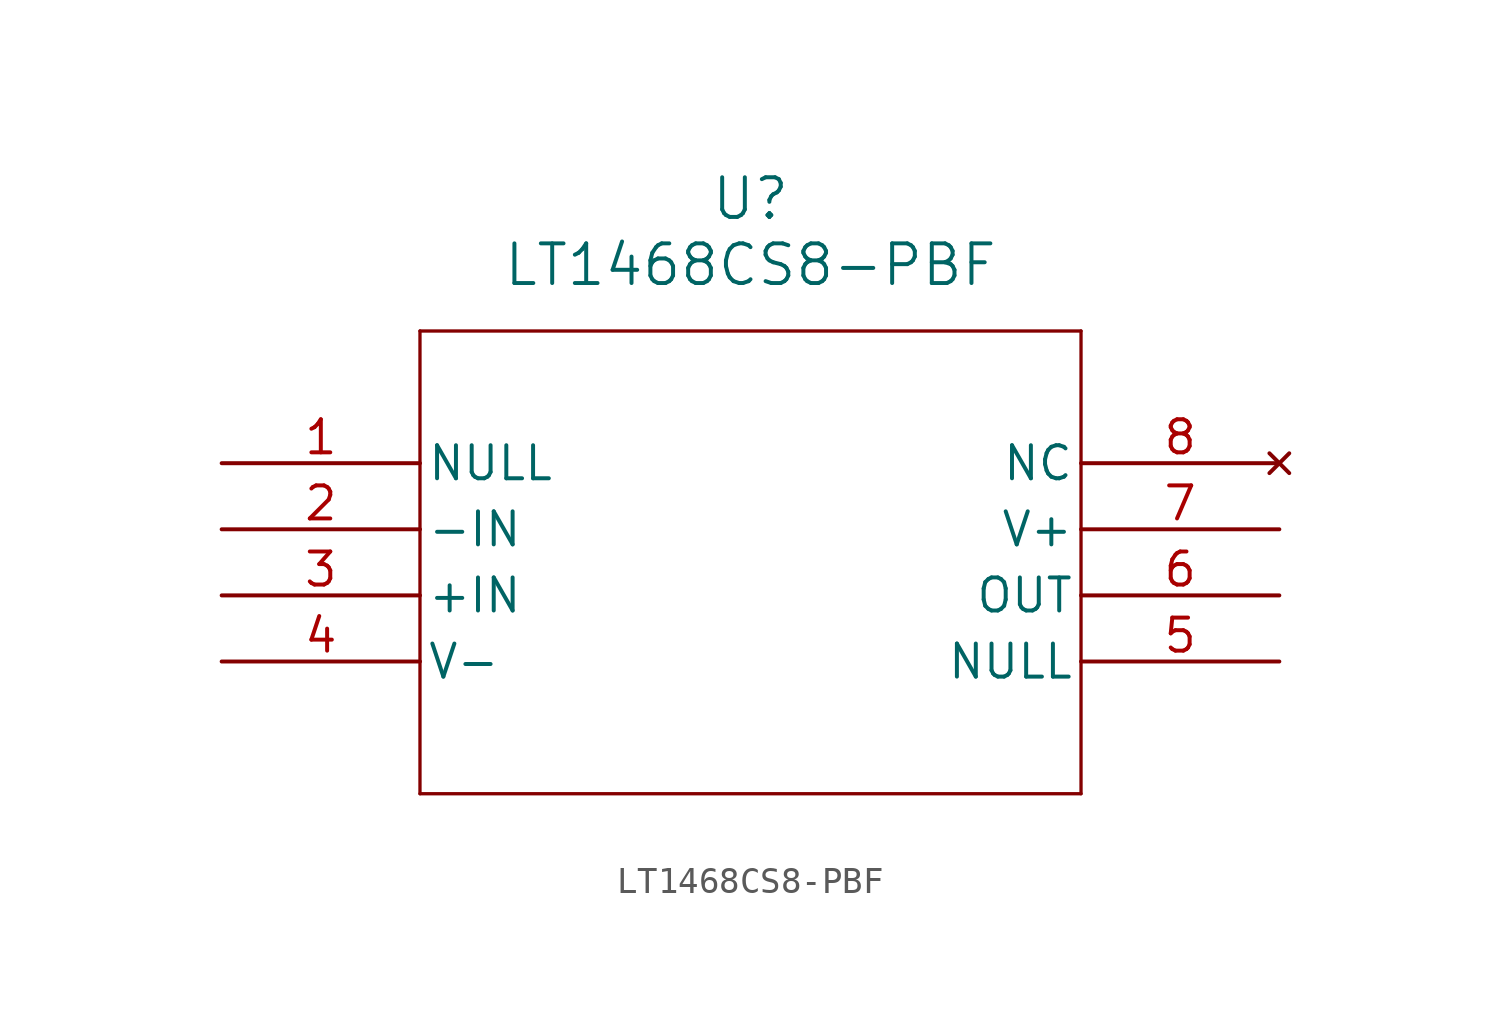
<source format=kicad_sym>
(kicad_symbol_lib
  (version 20211014)
  (generator kicad_symbol_editor)
  (symbol "LT1468CS8-PBF"
    (pin_names
      (offset 0.254))
    (property "Reference" "U"
      (at 20.32 10.16 0)
      (effects (font (size 1.524 1.524))))
    (property "Value" "LT1468CS8-PBF"
      (at 20.32 7.62 0)
      (effects (font (size 1.524 1.524))))
    (symbol "LT1468CS8-PBF_0_1"
      (polyline (pts (xy 7.62 5.08) (xy 7.62 -12.7)) (stroke (width .127) (type default) (color 0 0 0 0)) (fill (type none)))
      (polyline (pts (xy 7.62 -12.7) (xy 33.02 -12.7)) (stroke (width .127) (type default) (color 0 0 0 0)) (fill (type none)))
      (polyline (pts (xy 33.02 -12.7) (xy 33.02 5.08)) (stroke (width .127) (type default) (color 0 0 0 0)) (fill (type none)))
      (polyline (pts (xy 33.02 5.08) (xy 7.62 5.08)) (stroke (width .127) (type default) (color 0 0 0 0)) (fill (type none)))
      (pin unspecified line (at 0 0 0) (length 7.62) (name "NULL" (effects (font (size 1.27 1.27)))) (number "1" (effects (font (size 1.27 1.27)))))
      (pin input line (at 0 -2.54 0) (length 7.62) (name "-IN" (effects (font (size 1.27 1.27)))) (number "2" (effects (font (size 1.27 1.27)))))
      (pin input line (at 0 -5.08 0) (length 7.62) (name "+IN" (effects (font (size 1.27 1.27)))) (number "3" (effects (font (size 1.27 1.27)))))
      (pin power_in line (at 0 -7.62 0) (length 7.62) (name "V-" (effects (font (size 1.27 1.27)))) (number "4" (effects (font (size 1.27 1.27)))))
      (pin unspecified line (at 40.64 -7.62 180) (length 7.62) (name "NULL" (effects (font (size 1.27 1.27)))) (number "5" (effects (font (size 1.27 1.27)))))
      (pin output line (at 40.64 -5.08 180) (length 7.62) (name "OUT" (effects (font (size 1.27 1.27)))) (number "6" (effects (font (size 1.27 1.27)))))
      (pin power_in line (at 40.64 -2.54 180) (length 7.62) (name "V+" (effects (font (size 1.27 1.27)))) (number "7" (effects (font (size 1.27 1.27)))))
      (pin no_connect line (at 40.64 0 180) (length 7.62) (name "NC" (effects (font (size 1.27 1.27)))) (number "8" (effects (font (size 1.27 1.27))))))))
</source>
